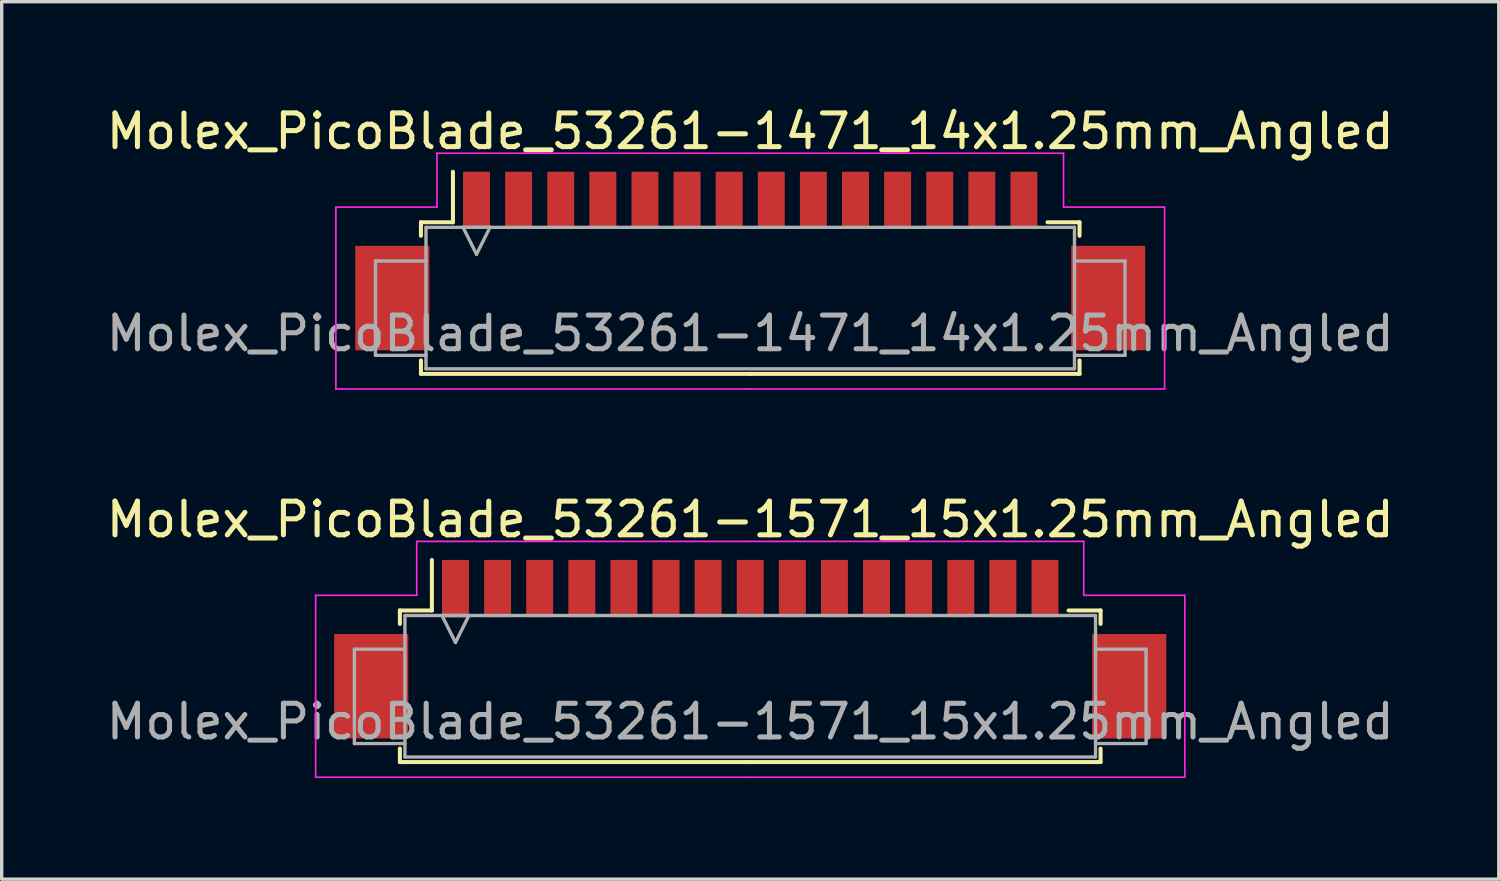
<source format=kicad_pcb>
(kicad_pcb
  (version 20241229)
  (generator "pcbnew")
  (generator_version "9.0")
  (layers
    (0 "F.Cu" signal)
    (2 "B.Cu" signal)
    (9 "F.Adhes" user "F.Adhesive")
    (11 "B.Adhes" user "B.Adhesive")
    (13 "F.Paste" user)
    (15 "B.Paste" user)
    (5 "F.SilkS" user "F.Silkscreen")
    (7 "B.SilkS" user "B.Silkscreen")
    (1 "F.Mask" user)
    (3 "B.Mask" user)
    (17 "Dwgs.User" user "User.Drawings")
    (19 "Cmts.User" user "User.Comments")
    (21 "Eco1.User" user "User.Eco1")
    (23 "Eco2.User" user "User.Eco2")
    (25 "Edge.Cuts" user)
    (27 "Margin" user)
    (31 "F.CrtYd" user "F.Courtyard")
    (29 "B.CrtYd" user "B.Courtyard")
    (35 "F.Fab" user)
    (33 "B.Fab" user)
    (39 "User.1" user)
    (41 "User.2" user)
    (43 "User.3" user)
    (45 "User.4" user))
  (footprint "Molex_PicoBlade_53261-1571_15x1.25mm_Angled"
    (layer "F.Cu")
    (at 19.22 15.871)
    (property "Reference" "Molex_PicoBlade_53261-1571_15x1.25mm_Angled" (at 0 -3.5 0) (layer "F.SilkS") (effects (font (size 1 1) (thickness 0.15))))
    (attr smd)
    (fp_line (start -10.4 -0.8) (end -10.4 -0.4) (stroke (width 0.12) (type solid)) (layer "F.SilkS"))
    (fp_line (start -10.4 3.3) (end -10.4 3.7) (stroke (width 0.12) (type solid)) (layer "F.SilkS"))
    (fp_line (start -10.4 3.7) (end 0 3.7) (stroke (width 0.12) (type solid)) (layer "F.SilkS"))
    (fp_line (start -9.45 -0.8) (end -10.4 -0.8) (stroke (width 0.12) (type solid)) (layer "F.SilkS"))
    (fp_line (start -9.45 -0.8) (end -9.45 -2.3) (stroke (width 0.12) (type solid)) (layer "F.SilkS"))
    (fp_line (start 9.45 -0.8) (end 10.4 -0.8) (stroke (width 0.12) (type solid)) (layer "F.SilkS"))
    (fp_line (start 10.4 -0.8) (end 10.4 -0.4) (stroke (width 0.12) (type solid)) (layer "F.SilkS"))
    (fp_line (start 10.4 3.3) (end 10.4 3.7) (stroke (width 0.12) (type solid)) (layer "F.SilkS"))
    (fp_line (start 10.4 3.7) (end 0 3.7) (stroke (width 0.12) (type solid)) (layer "F.SilkS"))
    (fp_line (start -12.9 -1.25) (end -12.9 4.15) (stroke (width 0.05) (type solid)) (layer "F.CrtYd"))
    (fp_line (start -12.9 4.15) (end 0 4.15) (stroke (width 0.05) (type solid)) (layer "F.CrtYd"))
    (fp_line (start -9.9 -2.85) (end -9.9 -1.25) (stroke (width 0.05) (type solid)) (layer "F.CrtYd"))
    (fp_line (start -9.9 -1.25) (end -12.9 -1.25) (stroke (width 0.05) (type solid)) (layer "F.CrtYd"))
    (fp_line (start 0 -2.85) (end -9.9 -2.85) (stroke (width 0.05) (type solid)) (layer "F.CrtYd"))
    (fp_line (start 0 -2.85) (end 9.9 -2.85) (stroke (width 0.05) (type solid)) (layer "F.CrtYd"))
    (fp_line (start 9.9 -2.85) (end 9.9 -1.25) (stroke (width 0.05) (type solid)) (layer "F.CrtYd"))
    (fp_line (start 9.9 -1.25) (end 12.9 -1.25) (stroke (width 0.05) (type solid)) (layer "F.CrtYd"))
    (fp_line (start 12.9 -1.25) (end 12.9 4.15) (stroke (width 0.05) (type solid)) (layer "F.CrtYd"))
    (fp_line (start 12.9 4.15) (end 0 4.15) (stroke (width 0.05) (type solid)) (layer "F.CrtYd"))
    (fp_line (start -11.75 0.35) (end -11.75 3.15) (stroke (width 0.1) (type solid)) (layer "F.Fab"))
    (fp_line (start -11.75 3.15) (end -10.25 3.15) (stroke (width 0.1) (type solid)) (layer "F.Fab"))
    (fp_line (start -10.25 -0.65) (end 10.25 -0.65) (stroke (width 0.1) (type solid)) (layer "F.Fab"))
    (fp_line (start -10.25 0.35) (end -11.75 0.35) (stroke (width 0.1) (type solid)) (layer "F.Fab"))
    (fp_line (start -10.25 3.55) (end -10.25 -0.65) (stroke (width 0.1) (type solid)) (layer "F.Fab"))
    (fp_line (start -9.15 -0.65) (end -8.75 0.15) (stroke (width 0.1) (type solid)) (layer "F.Fab"))
    (fp_line (start -8.75 0.15) (end -8.35 -0.65) (stroke (width 0.1) (type solid)) (layer "F.Fab"))
    (fp_line (start -8.35 -0.65) (end -9.15 -0.65) (stroke (width 0.1) (type solid)) (layer "F.Fab"))
    (fp_line (start 10.25 -0.65) (end 10.25 3.55) (stroke (width 0.1) (type solid)) (layer "F.Fab"))
    (fp_line (start 10.25 0.35) (end 11.75 0.35) (stroke (width 0.1) (type solid)) (layer "F.Fab"))
    (fp_line (start 10.25 3.55) (end -10.25 3.55) (stroke (width 0.1) (type solid)) (layer "F.Fab"))
    (fp_line (start 11.75 0.35) (end 11.75 3.15) (stroke (width 0.1) (type solid)) (layer "F.Fab"))
    (fp_line (start 11.75 3.15) (end 10.25 3.15) (stroke (width 0.1) (type solid)) (layer "F.Fab"))
    (fp_text user "${REFERENCE}" (at 0 2.5 0) (layer "F.Fab") (effects (font (size 1 1) (thickness 0.15))))
    (pad "" smd rect (at -11.25 1.45) (size 2.2 3.1) (layers "F.Cu" "F.Mask" "F.Paste"))
    (pad "" smd rect (at 11.25 1.45) (size 2.2 3.1) (layers "F.Cu" "F.Mask" "F.Paste"))
    (pad "1" smd rect (at -8.75 -1.45) (size 0.8 1.7) (layers "F.Cu" "F.Mask" "F.Paste"))
    (pad "2" smd rect (at -7.5 -1.45) (size 0.8 1.7) (layers "F.Cu" "F.Mask" "F.Paste"))
    (pad "3" smd rect (at -6.25 -1.45) (size 0.8 1.7) (layers "F.Cu" "F.Mask" "F.Paste"))
    (pad "4" smd rect (at -5 -1.45) (size 0.8 1.7) (layers "F.Cu" "F.Mask" "F.Paste"))
    (pad "5" smd rect (at -3.75 -1.45) (size 0.8 1.7) (layers "F.Cu" "F.Mask" "F.Paste"))
    (pad "6" smd rect (at -2.5 -1.45) (size 0.8 1.7) (layers "F.Cu" "F.Mask" "F.Paste"))
    (pad "7" smd rect (at -1.25 -1.45) (size 0.8 1.7) (layers "F.Cu" "F.Mask" "F.Paste"))
    (pad "8" smd rect (at 0 -1.45) (size 0.8 1.7) (layers "F.Cu" "F.Mask" "F.Paste"))
    (pad "9" smd rect (at 1.25 -1.45) (size 0.8 1.7) (layers "F.Cu" "F.Mask" "F.Paste"))
    (pad "10" smd rect (at 2.5 -1.45) (size 0.8 1.7) (layers "F.Cu" "F.Mask" "F.Paste"))
    (pad "11" smd rect (at 3.75 -1.45) (size 0.8 1.7) (layers "F.Cu" "F.Mask" "F.Paste"))
    (pad "12" smd rect (at 5 -1.45) (size 0.8 1.7) (layers "F.Cu" "F.Mask" "F.Paste"))
    (pad "13" smd rect (at 6.25 -1.45) (size 0.8 1.7) (layers "F.Cu" "F.Mask" "F.Paste"))
    (pad "14" smd rect (at 7.5 -1.45) (size 0.8 1.7) (layers "F.Cu" "F.Mask" "F.Paste"))
    (pad "15" smd rect (at 8.75 -1.45) (size 0.8 1.7) (layers "F.Cu" "F.Mask" "F.Paste")))
  (footprint "Molex_PicoBlade_53261-1471_14x1.25mm_Angled"
    (layer "F.Cu")
    (at 19.22 4.348)
    (property "Reference" "Molex_PicoBlade_53261-1471_14x1.25mm_Angled" (at 0 -3.5 0) (layer "F.SilkS") (effects (font (size 1 1) (thickness 0.15))))
    (attr smd)
    (fp_line (start -9.775 -0.8) (end -9.775 -0.4) (stroke (width 0.12) (type solid)) (layer "F.SilkS"))
    (fp_line (start -9.775 3.3) (end -9.775 3.7) (stroke (width 0.12) (type solid)) (layer "F.SilkS"))
    (fp_line (start -9.775 3.7) (end 0 3.7) (stroke (width 0.12) (type solid)) (layer "F.SilkS"))
    (fp_line (start -8.825 -0.8) (end -9.775 -0.8) (stroke (width 0.12) (type solid)) (layer "F.SilkS"))
    (fp_line (start -8.825 -0.8) (end -8.825 -2.3) (stroke (width 0.12) (type solid)) (layer "F.SilkS"))
    (fp_line (start 8.825 -0.8) (end 9.775 -0.8) (stroke (width 0.12) (type solid)) (layer "F.SilkS"))
    (fp_line (start 9.775 -0.8) (end 9.775 -0.4) (stroke (width 0.12) (type solid)) (layer "F.SilkS"))
    (fp_line (start 9.775 3.3) (end 9.775 3.7) (stroke (width 0.12) (type solid)) (layer "F.SilkS"))
    (fp_line (start 9.775 3.7) (end 0 3.7) (stroke (width 0.12) (type solid)) (layer "F.SilkS"))
    (fp_line (start -12.3 -1.25) (end -12.3 4.15) (stroke (width 0.05) (type solid)) (layer "F.CrtYd"))
    (fp_line (start -12.3 4.15) (end 0 4.15) (stroke (width 0.05) (type solid)) (layer "F.CrtYd"))
    (fp_line (start -9.3 -2.85) (end -9.3 -1.25) (stroke (width 0.05) (type solid)) (layer "F.CrtYd"))
    (fp_line (start -9.3 -1.25) (end -12.3 -1.25) (stroke (width 0.05) (type solid)) (layer "F.CrtYd"))
    (fp_line (start 0 -2.85) (end -9.3 -2.85) (stroke (width 0.05) (type solid)) (layer "F.CrtYd"))
    (fp_line (start 0 -2.85) (end 9.3 -2.85) (stroke (width 0.05) (type solid)) (layer "F.CrtYd"))
    (fp_line (start 9.3 -2.85) (end 9.3 -1.25) (stroke (width 0.05) (type solid)) (layer "F.CrtYd"))
    (fp_line (start 9.3 -1.25) (end 12.3 -1.25) (stroke (width 0.05) (type solid)) (layer "F.CrtYd"))
    (fp_line (start 12.3 -1.25) (end 12.3 4.15) (stroke (width 0.05) (type solid)) (layer "F.CrtYd"))
    (fp_line (start 12.3 4.15) (end 0 4.15) (stroke (width 0.05) (type solid)) (layer "F.CrtYd"))
    (fp_line (start -11.125 0.35) (end -11.125 3.15) (stroke (width 0.1) (type solid)) (layer "F.Fab"))
    (fp_line (start -11.125 3.15) (end -9.625 3.15) (stroke (width 0.1) (type solid)) (layer "F.Fab"))
    (fp_line (start -9.625 -0.65) (end 9.625 -0.65) (stroke (width 0.1) (type solid)) (layer "F.Fab"))
    (fp_line (start -9.625 0.35) (end -11.125 0.35) (stroke (width 0.1) (type solid)) (layer "F.Fab"))
    (fp_line (start -9.625 3.55) (end -9.625 -0.65) (stroke (width 0.1) (type solid)) (layer "F.Fab"))
    (fp_line (start -8.525 -0.65) (end -8.125 0.15) (stroke (width 0.1) (type solid)) (layer "F.Fab"))
    (fp_line (start -8.125 0.15) (end -7.725 -0.65) (stroke (width 0.1) (type solid)) (layer "F.Fab"))
    (fp_line (start -7.725 -0.65) (end -8.525 -0.65) (stroke (width 0.1) (type solid)) (layer "F.Fab"))
    (fp_line (start 9.625 -0.65) (end 9.625 3.55) (stroke (width 0.1) (type solid)) (layer "F.Fab"))
    (fp_line (start 9.625 0.35) (end 11.125 0.35) (stroke (width 0.1) (type solid)) (layer "F.Fab"))
    (fp_line (start 9.625 3.55) (end -9.625 3.55) (stroke (width 0.1) (type solid)) (layer "F.Fab"))
    (fp_line (start 11.125 0.35) (end 11.125 3.15) (stroke (width 0.1) (type solid)) (layer "F.Fab"))
    (fp_line (start 11.125 3.15) (end 9.625 3.15) (stroke (width 0.1) (type solid)) (layer "F.Fab"))
    (fp_text user "${REFERENCE}" (at 0 2.5 0) (layer "F.Fab") (effects (font (size 1 1) (thickness 0.15))))
    (pad "" smd rect (at -10.625 1.45) (size 2.2 3.1) (layers "F.Cu" "F.Mask" "F.Paste"))
    (pad "" smd rect (at 10.625 1.45) (size 2.2 3.1) (layers "F.Cu" "F.Mask" "F.Paste"))
    (pad "1" smd rect (at -8.125 -1.45) (size 0.8 1.7) (layers "F.Cu" "F.Mask" "F.Paste"))
    (pad "2" smd rect (at -6.875 -1.45) (size 0.8 1.7) (layers "F.Cu" "F.Mask" "F.Paste"))
    (pad "3" smd rect (at -5.625 -1.45) (size 0.8 1.7) (layers "F.Cu" "F.Mask" "F.Paste"))
    (pad "4" smd rect (at -4.375 -1.45) (size 0.8 1.7) (layers "F.Cu" "F.Mask" "F.Paste"))
    (pad "5" smd rect (at -3.125 -1.45) (size 0.8 1.7) (layers "F.Cu" "F.Mask" "F.Paste"))
    (pad "6" smd rect (at -1.875 -1.45) (size 0.8 1.7) (layers "F.Cu" "F.Mask" "F.Paste"))
    (pad "7" smd rect (at -0.625 -1.45) (size 0.8 1.7) (layers "F.Cu" "F.Mask" "F.Paste"))
    (pad "8" smd rect (at 0.625 -1.45) (size 0.8 1.7) (layers "F.Cu" "F.Mask" "F.Paste"))
    (pad "9" smd rect (at 1.875 -1.45) (size 0.8 1.7) (layers "F.Cu" "F.Mask" "F.Paste"))
    (pad "10" smd rect (at 3.125 -1.45) (size 0.8 1.7) (layers "F.Cu" "F.Mask" "F.Paste"))
    (pad "11" smd rect (at 4.375 -1.45) (size 0.8 1.7) (layers "F.Cu" "F.Mask" "F.Paste"))
    (pad "12" smd rect (at 5.625 -1.45) (size 0.8 1.7) (layers "F.Cu" "F.Mask" "F.Paste"))
    (pad "13" smd rect (at 6.875 -1.45) (size 0.8 1.7) (layers "F.Cu" "F.Mask" "F.Paste"))
    (pad "14" smd rect (at 8.125 -1.45) (size 0.8 1.7) (layers "F.Cu" "F.Mask" "F.Paste")))
  (gr_rect
    (start -3 -3)
    (end 41.44 23.047)
    (stroke (width 0.1) (type default))
    (fill no)
    (layer "Edge.Cuts")))
</source>
